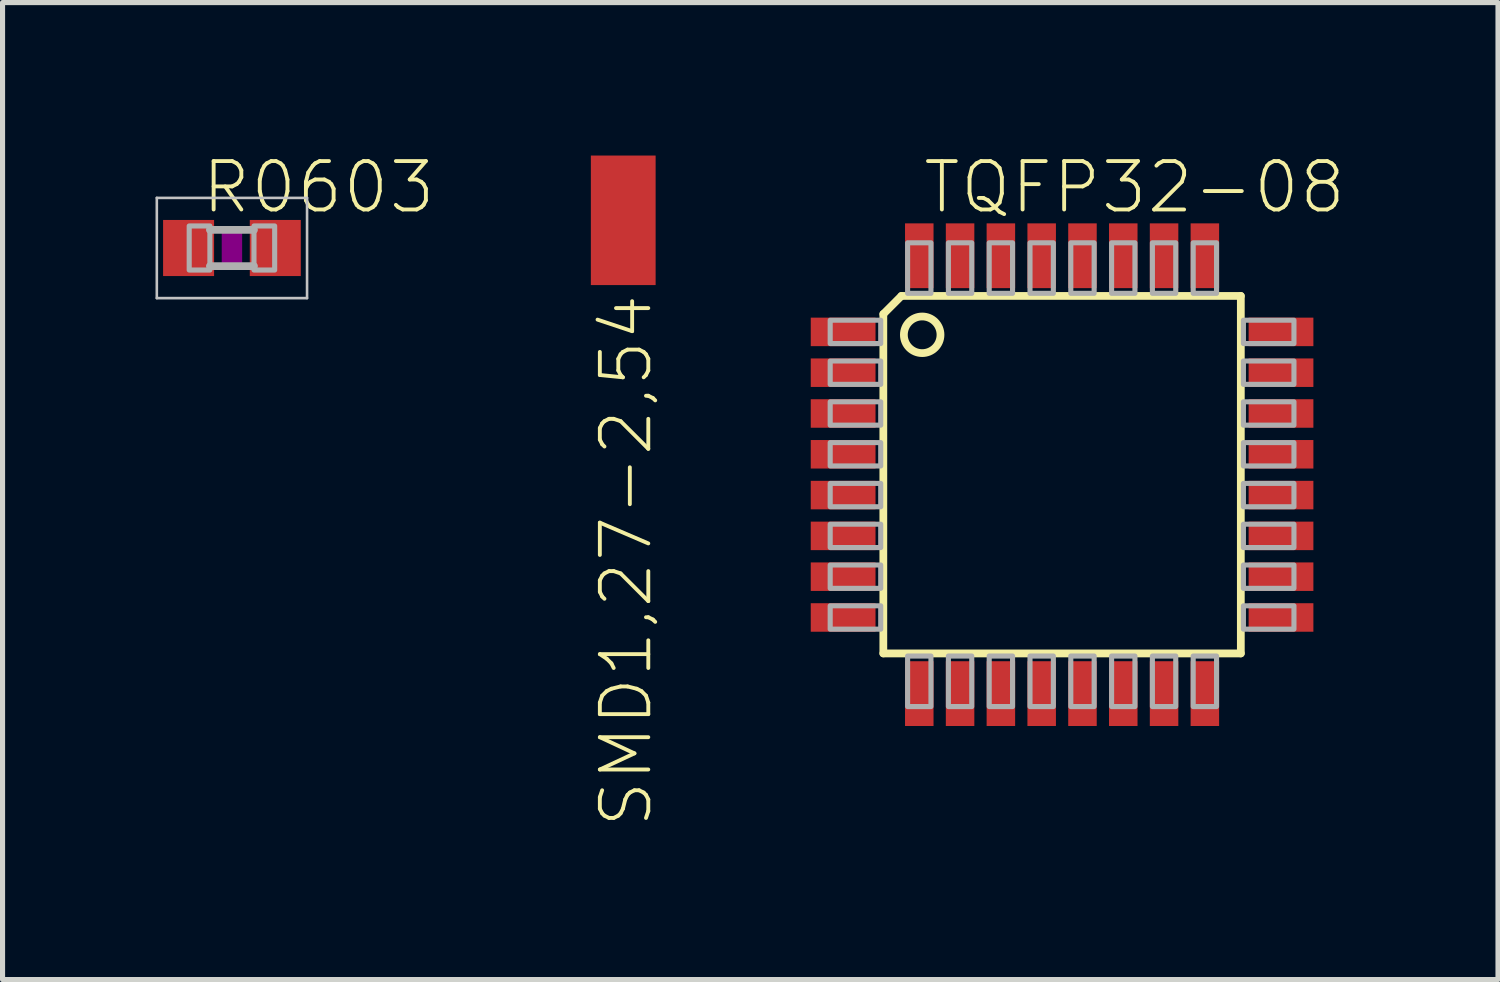
<source format=kicad_pcb>
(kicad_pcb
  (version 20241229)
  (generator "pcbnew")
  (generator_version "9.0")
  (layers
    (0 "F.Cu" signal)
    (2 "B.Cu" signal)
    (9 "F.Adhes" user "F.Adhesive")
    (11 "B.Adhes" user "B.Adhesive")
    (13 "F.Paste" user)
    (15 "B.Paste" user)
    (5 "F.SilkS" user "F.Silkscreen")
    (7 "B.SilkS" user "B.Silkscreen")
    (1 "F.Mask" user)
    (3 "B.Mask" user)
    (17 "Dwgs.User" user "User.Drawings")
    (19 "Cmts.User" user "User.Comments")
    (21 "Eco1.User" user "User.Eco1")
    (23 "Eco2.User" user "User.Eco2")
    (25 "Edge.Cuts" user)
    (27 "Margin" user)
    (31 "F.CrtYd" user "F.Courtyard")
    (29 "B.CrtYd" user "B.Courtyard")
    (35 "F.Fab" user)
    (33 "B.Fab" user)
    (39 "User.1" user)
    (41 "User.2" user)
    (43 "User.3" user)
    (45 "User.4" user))
  (footprint "TQFP32-08"
    (layer "F.Cu")
    (at 17.776 6.258)
    (property "Reference" "TQFP32-08" (at -2.769 -5.08 0) (layer "F.SilkS") (effects (font (size 0.95 0.95) (thickness 0.076)) (justify left bottom)))
    (attr through_hole)
    (fp_line (start -3.505 3.505) (end -3.505 -3.15) (stroke (width 0.152) (type solid)) (layer "F.SilkS"))
    (fp_line (start -3.15 -3.505) (end -3.505 -3.15) (stroke (width 0.152) (type solid)) (layer "F.SilkS"))
    (fp_line (start -3.15 -3.505) (end 3.505 -3.505) (stroke (width 0.152) (type solid)) (layer "F.SilkS"))
    (fp_line (start 3.505 -3.505) (end 3.505 3.505) (stroke (width 0.152) (type solid)) (layer "F.SilkS"))
    (fp_line (start 3.505 3.505) (end -3.505 3.505) (stroke (width 0.152) (type solid)) (layer "F.SilkS"))
    (fp_circle (center -2.743 -2.743) (end -2.384 -2.743) (stroke (width 0.152) (type solid)) (fill no) (layer "F.SilkS"))
    (fp_poly (pts (xy -4.547 -2.571) (xy -3.556 -2.571) (xy -3.556 -3.029) (xy -4.547 -3.029)) (stroke (width 0.1) (type solid)) (fill no) (layer "F.Fab"))
    (fp_poly (pts (xy -4.547 -1.771) (xy -3.556 -1.771) (xy -3.556 -2.229) (xy -4.547 -2.229)) (stroke (width 0.1) (type solid)) (fill no) (layer "F.Fab"))
    (fp_poly (pts (xy -4.547 -0.971) (xy -3.556 -0.971) (xy -3.556 -1.429) (xy -4.547 -1.429)) (stroke (width 0.1) (type solid)) (fill no) (layer "F.Fab"))
    (fp_poly (pts (xy -4.547 -0.171) (xy -3.556 -0.171) (xy -3.556 -0.629) (xy -4.547 -0.629)) (stroke (width 0.1) (type solid)) (fill no) (layer "F.Fab"))
    (fp_poly (pts (xy -4.547 0.629) (xy -3.556 0.629) (xy -3.556 0.171) (xy -4.547 0.171)) (stroke (width 0.1) (type solid)) (fill no) (layer "F.Fab"))
    (fp_poly (pts (xy -4.547 1.429) (xy -3.556 1.429) (xy -3.556 0.971) (xy -4.547 0.971)) (stroke (width 0.1) (type solid)) (fill no) (layer "F.Fab"))
    (fp_poly (pts (xy -4.547 2.229) (xy -3.556 2.229) (xy -3.556 1.771) (xy -4.547 1.771)) (stroke (width 0.1) (type solid)) (fill no) (layer "F.Fab"))
    (fp_poly (pts (xy -4.547 3.029) (xy -3.556 3.029) (xy -3.556 2.571) (xy -4.547 2.571)) (stroke (width 0.1) (type solid)) (fill no) (layer "F.Fab"))
    (fp_poly (pts (xy -3.029 -3.556) (xy -2.571 -3.556) (xy -2.571 -4.547) (xy -3.029 -4.547)) (stroke (width 0.1) (type solid)) (fill no) (layer "F.Fab"))
    (fp_poly (pts (xy -3.029 4.547) (xy -2.571 4.547) (xy -2.571 3.556) (xy -3.029 3.556)) (stroke (width 0.1) (type solid)) (fill no) (layer "F.Fab"))
    (fp_poly (pts (xy -2.229 -3.556) (xy -1.771 -3.556) (xy -1.771 -4.547) (xy -2.229 -4.547)) (stroke (width 0.1) (type solid)) (fill no) (layer "F.Fab"))
    (fp_poly (pts (xy -2.229 4.547) (xy -1.771 4.547) (xy -1.771 3.556) (xy -2.229 3.556)) (stroke (width 0.1) (type solid)) (fill no) (layer "F.Fab"))
    (fp_poly (pts (xy -1.429 -3.556) (xy -0.971 -3.556) (xy -0.971 -4.547) (xy -1.429 -4.547)) (stroke (width 0.1) (type solid)) (fill no) (layer "F.Fab"))
    (fp_poly (pts (xy -1.429 4.547) (xy -0.971 4.547) (xy -0.971 3.556) (xy -1.429 3.556)) (stroke (width 0.1) (type solid)) (fill no) (layer "F.Fab"))
    (fp_poly (pts (xy -0.629 -3.556) (xy -0.171 -3.556) (xy -0.171 -4.547) (xy -0.629 -4.547)) (stroke (width 0.1) (type solid)) (fill no) (layer "F.Fab"))
    (fp_poly (pts (xy -0.629 4.547) (xy -0.171 4.547) (xy -0.171 3.556) (xy -0.629 3.556)) (stroke (width 0.1) (type solid)) (fill no) (layer "F.Fab"))
    (fp_poly (pts (xy 0.171 -3.556) (xy 0.629 -3.556) (xy 0.629 -4.547) (xy 0.171 -4.547)) (stroke (width 0.1) (type solid)) (fill no) (layer "F.Fab"))
    (fp_poly (pts (xy 0.171 4.547) (xy 0.629 4.547) (xy 0.629 3.556) (xy 0.171 3.556)) (stroke (width 0.1) (type solid)) (fill no) (layer "F.Fab"))
    (fp_poly (pts (xy 0.971 -3.556) (xy 1.429 -3.556) (xy 1.429 -4.547) (xy 0.971 -4.547)) (stroke (width 0.1) (type solid)) (fill no) (layer "F.Fab"))
    (fp_poly (pts (xy 0.971 4.547) (xy 1.429 4.547) (xy 1.429 3.556) (xy 0.971 3.556)) (stroke (width 0.1) (type solid)) (fill no) (layer "F.Fab"))
    (fp_poly (pts (xy 1.771 -3.556) (xy 2.229 -3.556) (xy 2.229 -4.547) (xy 1.771 -4.547)) (stroke (width 0.1) (type solid)) (fill no) (layer "F.Fab"))
    (fp_poly (pts (xy 1.771 4.547) (xy 2.229 4.547) (xy 2.229 3.556) (xy 1.771 3.556)) (stroke (width 0.1) (type solid)) (fill no) (layer "F.Fab"))
    (fp_poly (pts (xy 2.571 -3.556) (xy 3.029 -3.556) (xy 3.029 -4.547) (xy 2.571 -4.547)) (stroke (width 0.1) (type solid)) (fill no) (layer "F.Fab"))
    (fp_poly (pts (xy 2.571 4.547) (xy 3.029 4.547) (xy 3.029 3.556) (xy 2.571 3.556)) (stroke (width 0.1) (type solid)) (fill no) (layer "F.Fab"))
    (fp_poly (pts (xy 3.556 -2.571) (xy 4.547 -2.571) (xy 4.547 -3.029) (xy 3.556 -3.029)) (stroke (width 0.1) (type solid)) (fill no) (layer "F.Fab"))
    (fp_poly (pts (xy 3.556 -1.771) (xy 4.547 -1.771) (xy 4.547 -2.229) (xy 3.556 -2.229)) (stroke (width 0.1) (type solid)) (fill no) (layer "F.Fab"))
    (fp_poly (pts (xy 3.556 -0.971) (xy 4.547 -0.971) (xy 4.547 -1.429) (xy 3.556 -1.429)) (stroke (width 0.1) (type solid)) (fill no) (layer "F.Fab"))
    (fp_poly (pts (xy 3.556 -0.171) (xy 4.547 -0.171) (xy 4.547 -0.629) (xy 3.556 -0.629)) (stroke (width 0.1) (type solid)) (fill no) (layer "F.Fab"))
    (fp_poly (pts (xy 3.556 0.629) (xy 4.547 0.629) (xy 4.547 0.171) (xy 3.556 0.171)) (stroke (width 0.1) (type solid)) (fill no) (layer "F.Fab"))
    (fp_poly (pts (xy 3.556 1.429) (xy 4.547 1.429) (xy 4.547 0.971) (xy 3.556 0.971)) (stroke (width 0.1) (type solid)) (fill no) (layer "F.Fab"))
    (fp_poly (pts (xy 3.556 2.229) (xy 4.547 2.229) (xy 4.547 1.771) (xy 3.556 1.771)) (stroke (width 0.1) (type solid)) (fill no) (layer "F.Fab"))
    (fp_poly (pts (xy 3.556 3.029) (xy 4.547 3.029) (xy 4.547 2.571) (xy 3.556 2.571)) (stroke (width 0.1) (type solid)) (fill no) (layer "F.Fab"))
    (pad "1" smd rect (at -4.293 -2.8) (size 1.27 0.559) (layers "F.Cu" "F.Mask" "F.Paste"))
    (pad "2" smd rect (at -4.293 -2) (size 1.27 0.559) (layers "F.Cu" "F.Mask" "F.Paste"))
    (pad "3" smd rect (at -4.293 -1.2) (size 1.27 0.559) (layers "F.Cu" "F.Mask" "F.Paste"))
    (pad "4" smd rect (at -4.293 -0.4) (size 1.27 0.559) (layers "F.Cu" "F.Mask" "F.Paste"))
    (pad "5" smd rect (at -4.293 0.4) (size 1.27 0.559) (layers "F.Cu" "F.Mask" "F.Paste"))
    (pad "6" smd rect (at -4.293 1.2) (size 1.27 0.559) (layers "F.Cu" "F.Mask" "F.Paste"))
    (pad "7" smd rect (at -4.293 2) (size 1.27 0.559) (layers "F.Cu" "F.Mask" "F.Paste"))
    (pad "8" smd rect (at -4.293 2.8) (size 1.27 0.559) (layers "F.Cu" "F.Mask" "F.Paste"))
    (pad "9" smd rect (at -2.8 4.293) (size 0.559 1.27) (layers "F.Cu" "F.Mask" "F.Paste"))
    (pad "10" smd rect (at -2 4.293) (size 0.559 1.27) (layers "F.Cu" "F.Mask" "F.Paste"))
    (pad "11" smd rect (at -1.2 4.293) (size 0.559 1.27) (layers "F.Cu" "F.Mask" "F.Paste"))
    (pad "12" smd rect (at -0.4 4.293) (size 0.559 1.27) (layers "F.Cu" "F.Mask" "F.Paste"))
    (pad "13" smd rect (at 0.4 4.293) (size 0.559 1.27) (layers "F.Cu" "F.Mask" "F.Paste"))
    (pad "14" smd rect (at 1.2 4.293) (size 0.559 1.27) (layers "F.Cu" "F.Mask" "F.Paste"))
    (pad "15" smd rect (at 2 4.293) (size 0.559 1.27) (layers "F.Cu" "F.Mask" "F.Paste"))
    (pad "16" smd rect (at 2.8 4.293) (size 0.559 1.27) (layers "F.Cu" "F.Mask" "F.Paste"))
    (pad "17" smd rect (at 4.293 2.8) (size 1.27 0.559) (layers "F.Cu" "F.Mask" "F.Paste"))
    (pad "18" smd rect (at 4.293 2) (size 1.27 0.559) (layers "F.Cu" "F.Mask" "F.Paste"))
    (pad "19" smd rect (at 4.293 1.2) (size 1.27 0.559) (layers "F.Cu" "F.Mask" "F.Paste"))
    (pad "20" smd rect (at 4.293 0.4) (size 1.27 0.559) (layers "F.Cu" "F.Mask" "F.Paste"))
    (pad "21" smd rect (at 4.293 -0.4) (size 1.27 0.559) (layers "F.Cu" "F.Mask" "F.Paste"))
    (pad "22" smd rect (at 4.293 -1.2) (size 1.27 0.559) (layers "F.Cu" "F.Mask" "F.Paste"))
    (pad "23" smd rect (at 4.293 -2) (size 1.27 0.559) (layers "F.Cu" "F.Mask" "F.Paste"))
    (pad "24" smd rect (at 4.293 -2.8) (size 1.27 0.559) (layers "F.Cu" "F.Mask" "F.Paste"))
    (pad "25" smd rect (at 2.8 -4.293) (size 0.559 1.27) (layers "F.Cu" "F.Mask" "F.Paste"))
    (pad "26" smd rect (at 2 -4.293) (size 0.559 1.27) (layers "F.Cu" "F.Mask" "F.Paste"))
    (pad "27" smd rect (at 1.2 -4.293) (size 0.559 1.27) (layers "F.Cu" "F.Mask" "F.Paste"))
    (pad "28" smd rect (at 0.4 -4.293) (size 0.559 1.27) (layers "F.Cu" "F.Mask" "F.Paste"))
    (pad "29" smd rect (at -0.4 -4.293) (size 0.559 1.27) (layers "F.Cu" "F.Mask" "F.Paste"))
    (pad "30" smd rect (at -1.2 -4.293) (size 0.559 1.27) (layers "F.Cu" "F.Mask" "F.Paste"))
    (pad "31" smd rect (at -2 -4.293) (size 0.559 1.27) (layers "F.Cu" "F.Mask" "F.Paste"))
    (pad "32" smd rect (at -2.8 -4.293) (size 0.559 1.27) (layers "F.Cu" "F.Mask" "F.Paste")))
  (footprint "SMD1,27-2,54"
    (layer "F.Cu")
    (at 9.171 1.27)
    (property "Reference" "SMD1,27-2,54" (at -0.5 1.4 90) (layer "F.SilkS") (effects (font (size 0.95 0.95) (thickness 0.076)) (justify right top)))
    (attr through_hole)
    (pad "1" smd rect (at 0 0) (size 1.27 2.54) (layers "F.Cu" "F.Mask" "F.Paste")))
  (footprint "R0603"
    (layer "F.Cu")
    (at 1.498 1.813)
    (property "Reference" "R0603" (at -0.635 -0.635 180) (layer "F.SilkS") (effects (font (size 0.95 0.95) (thickness 0.076)) (justify left bottom)))
    (attr through_hole)
    (fp_poly (pts (xy -0.2 0.4) (xy 0.2 0.4) (xy 0.2 -0.4) (xy -0.2 -0.4)) (stroke (width 0) (type solid)) (fill yes) (layer "F.Adhes"))
    (fp_line (start -1.473 -0.983) (end 1.473 -0.983) (stroke (width 0.051) (type solid)) (layer "Dwgs.User"))
    (fp_line (start -1.473 0.983) (end -1.473 -0.983) (stroke (width 0.051) (type solid)) (layer "Dwgs.User"))
    (fp_line (start 1.473 -0.983) (end 1.473 0.983) (stroke (width 0.051) (type solid)) (layer "Dwgs.User"))
    (fp_line (start 1.473 0.983) (end -1.473 0.983) (stroke (width 0.051) (type solid)) (layer "Dwgs.User"))
    (fp_line (start -0.432 0.356) (end 0.432 0.356) (stroke (width 0.152) (type solid)) (layer "F.Fab"))
    (fp_line (start 0.432 -0.356) (end -0.432 -0.356) (stroke (width 0.152) (type solid)) (layer "F.Fab"))
    (fp_poly (pts (xy -0.838 0.432) (xy -0.432 0.432) (xy -0.432 -0.432) (xy -0.838 -0.432)) (stroke (width 0.1) (type solid)) (fill no) (layer "F.Fab"))
    (fp_poly (pts (xy 0.432 0.432) (xy 0.838 0.432) (xy 0.838 -0.432) (xy 0.432 -0.432)) (stroke (width 0.1) (type solid)) (fill no) (layer "F.Fab"))
    (pad "1" smd rect (at -0.85 0) (size 1 1.1) (layers "F.Cu" "F.Mask" "F.Paste"))
    (pad "2" smd rect (at 0.85 0) (size 1 1.1) (layers "F.Cu" "F.Mask" "F.Paste")))
  (gr_rect
    (start -3 -3)
    (end 26.324 16.158)
    (stroke (width 0.1) (type default))
    (fill no)
    (layer "Edge.Cuts")))
</source>
